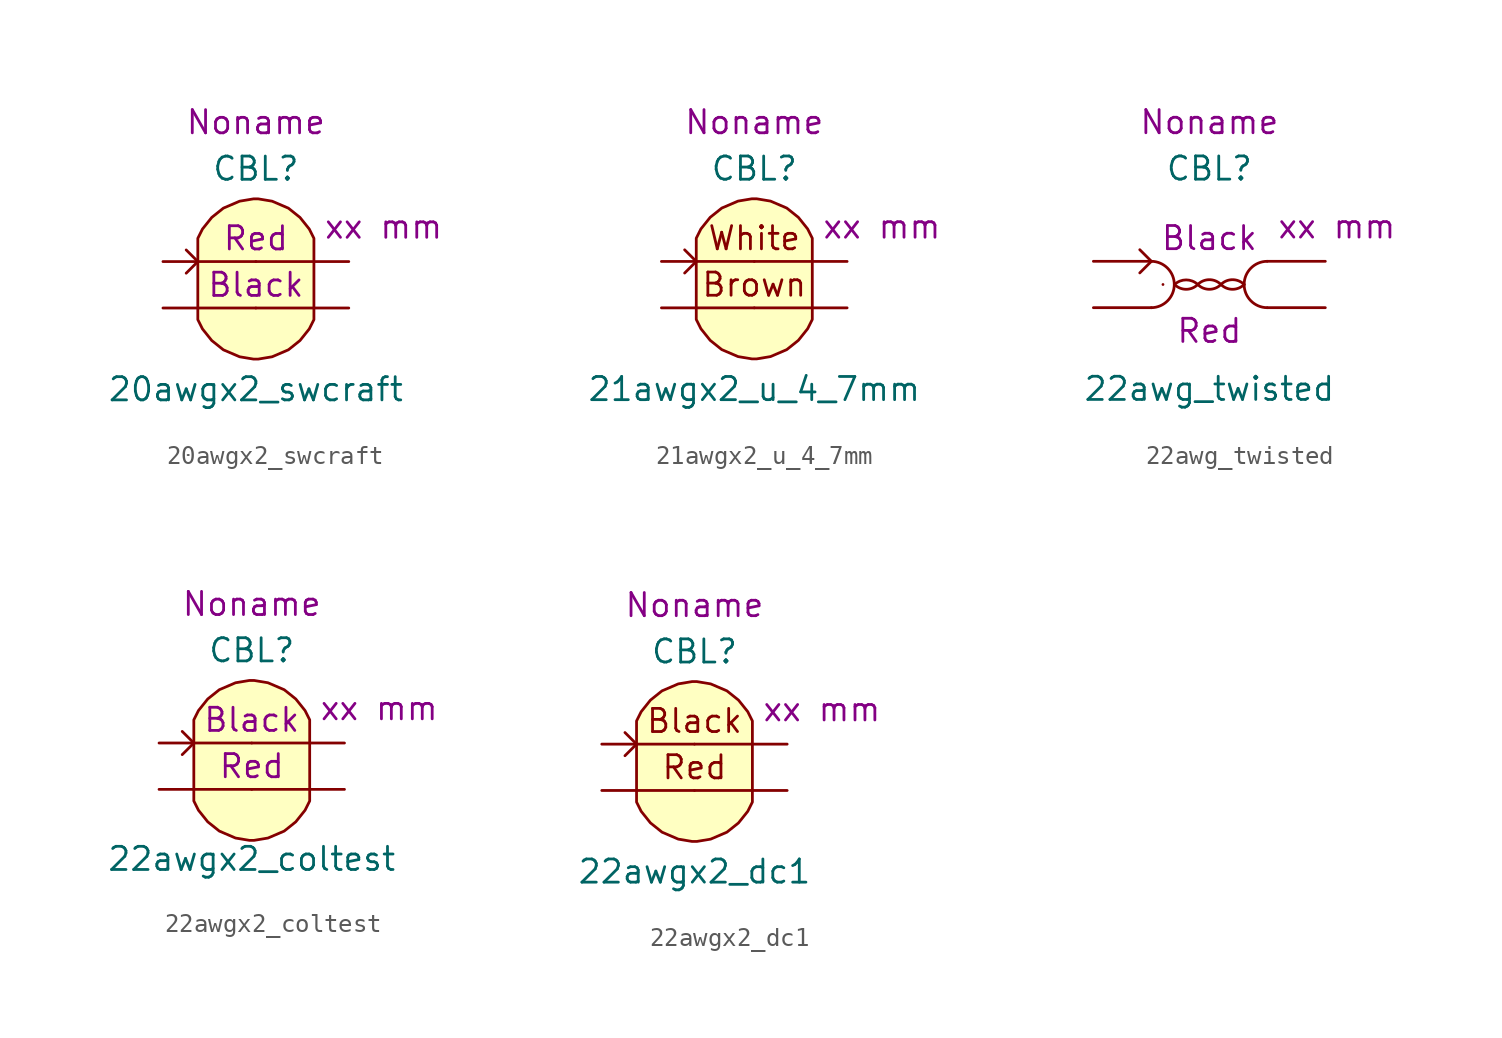
<source format=kicad_sym>
(kicad_symbol_lib
  (version 20220914)
  (generator kicad_symbol_editor)
  (symbol "20awgx2_swcraft"
    (pin_numbers hide)
    (pin_names hide)
    (property "Reference" "CBL"
      (at 0 7.62 0)
      (effects (font (size 1.27 1.27))))
    (property "Value" "20awgx2_swcraft"
      (at 0 -4.445 0)
      (effects (font (size 1.27 1.27))))
    (property "color1" "Red"
      (at 0 3.81 0)
      (effects (font (size 1.27 1.27))))
    (property "color2" "Black"
      (at 0 1.27 0)
      (effects (font (size 1.27 1.27))))
    (property "Length" "xx mm"
      (at 6.985 4.445 0)
      (effects (font (size 1.27 1.27))))
    (property "Harness_name" "Noname"
      (at 0 10.16 0)
      (effects (font (size 1.27 1.27))))
    (symbol "20awgx2_swcraft_0_1"
      (polyline (pts (xy -3.81 3.175) (xy -3.175 2.54) (xy -3.81 1.905)) (stroke (width 0) (type default)) (fill (type none)))
      (polyline (pts (xy -3.175 0) (xy -3.175 3.81) (xy -2.921 4.318) (xy -2.413 4.953) (xy -1.778 5.461) (xy -0.889 5.842) (xy -0.127 5.969) (xy 0.127 5.969) (xy 0.889 5.842) (xy 1.778 5.461) (xy 2.413 4.953) (xy 2.921 4.318) (xy 3.175 3.81) (xy 3.175 0)) (stroke (width 0.152) (type default)) (fill (type background)))
      (polyline (pts (xy 3.175 0) (xy 3.175 -0.635) (xy 2.921 -1.143) (xy 2.413 -1.778) (xy 1.778 -2.286) (xy 0.889 -2.667) (xy 0.127 -2.794) (xy -0.127 -2.794) (xy -0.889 -2.667) (xy -1.778 -2.286) (xy -2.413 -1.778) (xy -2.921 -1.143) (xy -3.175 -0.635) (xy -3.175 0)) (stroke (width 0.152) (type default)) (fill (type background))))
    (symbol "20awgx2_swcraft_1_1"
      (pin passive line (at -5.08 2.54 0) (length 5.08) (name "C1.1" (effects (font (size 1.27 1.27)))) (number "1" (effects (font (size 1.27 1.27)))))
      (pin passive line (at 5.08 2.54 180) (length 5.08) (name "C1.2" (effects (font (size 1.27 1.27)))) (number "2" (effects (font (size 1.27 1.27)))))
      (pin passive line (at -5.08 0 0) (length 5.08) (name "C2.1" (effects (font (size 1.27 1.27)))) (number "3" (effects (font (size 1.27 1.27)))))
      (pin passive line (at 5.08 0 180) (length 5.08) (name "C2.2" (effects (font (size 1.27 1.27)))) (number "4" (effects (font (size 1.27 1.27)))))))
  (symbol "21awgx2_u_4_7mm"
    (pin_numbers hide)
    (pin_names hide)
    (property "Reference" "CBL"
      (at 0 7.62 0)
      (effects (font (size 1.27 1.27))))
    (property "Value" "21awgx2_u_4_7mm"
      (at 0 -4.445 0)
      (effects (font (size 1.27 1.27))))
    (property "Length" "xx mm"
      (at 6.985 4.445 0)
      (effects (font (size 1.27 1.27))))
    (property "Harness_name" "Noname"
      (at 0 10.16 0)
      (effects (font (size 1.27 1.27))))
    (symbol "21awgx2_u_4_7mm_0_0"
      (text "Brown" (at 0 1.27 0) (effects (font (size 1.27 1.27))))
      (text "White" (at 0 3.81 0) (effects (font (size 1.27 1.27)))))
    (symbol "21awgx2_u_4_7mm_0_1"
      (polyline (pts (xy -3.81 3.175) (xy -3.175 2.54) (xy -3.81 1.905)) (stroke (width 0) (type default)) (fill (type none)))
      (polyline (pts (xy -3.175 0) (xy -3.175 3.81) (xy -2.921 4.318) (xy -2.413 4.953) (xy -1.778 5.461) (xy -0.889 5.842) (xy -0.127 5.969) (xy 0.127 5.969) (xy 0.889 5.842) (xy 1.778 5.461) (xy 2.413 4.953) (xy 2.921 4.318) (xy 3.175 3.81) (xy 3.175 0)) (stroke (width 0.152) (type default)) (fill (type background)))
      (polyline (pts (xy 3.175 0) (xy 3.175 -0.635) (xy 2.921 -1.143) (xy 2.413 -1.778) (xy 1.778 -2.286) (xy 0.889 -2.667) (xy 0.127 -2.794) (xy -0.127 -2.794) (xy -0.889 -2.667) (xy -1.778 -2.286) (xy -2.413 -1.778) (xy -2.921 -1.143) (xy -3.175 -0.635) (xy -3.175 0)) (stroke (width 0.152) (type default)) (fill (type background))))
    (symbol "21awgx2_u_4_7mm_1_1"
      (pin passive line (at -5.08 2.54 0) (length 5.08) (name "C1.1" (effects (font (size 1.27 1.27)))) (number "1" (effects (font (size 1.27 1.27)))))
      (pin passive line (at 5.08 2.54 180) (length 5.08) (name "C1.2" (effects (font (size 1.27 1.27)))) (number "2" (effects (font (size 1.27 1.27)))))
      (pin passive line (at -5.08 0 0) (length 5.08) (name "C2.1" (effects (font (size 1.27 1.27)))) (number "3" (effects (font (size 1.27 1.27)))))
      (pin passive line (at 5.08 0 180) (length 5.08) (name "C2.2" (effects (font (size 1.27 1.27)))) (number "4" (effects (font (size 1.27 1.27)))))))
  (symbol "22awg_twisted"
    (pin_numbers hide)
    (pin_names hide)
    (property "Reference" "CBL"
      (at 0 7.62 0)
      (effects (font (size 1.27 1.27))))
    (property "Value" "22awg_twisted"
      (at 0 -4.445 0)
      (effects (font (size 1.27 1.27))))
    (property "color1" "Black"
      (at 0 3.81 0)
      (effects (font (size 1.27 1.27))))
    (property "color2" "Red"
      (at 0 -1.27 0)
      (effects (font (size 1.27 1.27))))
    (property "Length" "xx mm"
      (at 6.985 4.445 0)
      (effects (font (size 1.27 1.27))))
    (property "Harness_name" "Noname"
      (at 0 10.16 0)
      (effects (font (size 1.27 1.27))))
    (symbol "22awg_twisted_0_1"
      (arc (start -3.175 0) (mid -1.9208 1.27) (end -3.175 2.54) (stroke (width 0.1524) (type default)) (fill (type none)))
      (arc (start -2.54 1.27) (mid -2.54 1.27) (end -2.54 1.27) (stroke (width 0.1524) (type default)) (fill (type none)))
      (arc (start -1.905 1.27) (mid -1.27 1.0069) (end -0.635 1.27) (stroke (width 0.1524) (type default)) (fill (type none)))
      (arc (start -0.635 1.27) (mid -1.27 1.5215) (end -1.905 1.27) (stroke (width 0.1524) (type default)) (fill (type none)))
      (arc (start -0.635 1.27) (mid 0 1.0069) (end 0.635 1.27) (stroke (width 0.1524) (type default)) (fill (type none)))
      (polyline (pts (xy -3.81 3.175) (xy -3.175 2.54) (xy -3.81 1.905)) (stroke (width 0) (type default)) (fill (type none)))
      (arc (start 0.635 1.27) (mid 0 1.5331) (end -0.635 1.27) (stroke (width 0.1524) (type default)) (fill (type none)))
      (arc (start 0.635 1.27) (mid 1.27 1.0069) (end 1.905 1.27) (stroke (width 0.1524) (type default)) (fill (type none)))
      (arc (start 1.905 1.27) (mid 1.27 1.5331) (end 0.635 1.27) (stroke (width 0.1524) (type default)) (fill (type none)))
      (arc (start 3.1591 2.54) (mid 1.9049 1.27) (end 3.1591 0) (stroke (width 0.1524) (type default)) (fill (type none))))
    (symbol "22awg_twisted_1_1"
      (pin passive line (at -6.35 2.54 0) (length 3.175) (name "C1.1" (effects (font (size 1.27 1.27)))) (number "1" (effects (font (size 1.27 1.27)))))
      (pin passive line (at 6.35 2.54 180) (length 3.175) (name "C1.2" (effects (font (size 1.27 1.27)))) (number "2" (effects (font (size 1.27 1.27)))))
      (pin passive line (at -6.35 0 0) (length 3.175) (name "C2.1" (effects (font (size 1.27 1.27)))) (number "3" (effects (font (size 1.27 1.27)))))
      (pin passive line (at 6.35 0 180) (length 3.175) (name "C2.2" (effects (font (size 1.27 1.27)))) (number "4" (effects (font (size 1.27 1.27)))))))
  (symbol "22awgx2_coltest"
    (pin_numbers hide)
    (pin_names hide)
    (property "Reference" "CBL"
      (at -0.635 6.985 0)
      (effects (font (size 1.27 1.27))))
    (property "Value" "22awgx2_coltest"
      (at -0.635 -4.445 0)
      (effects (font (size 1.27 1.27))))
    (property "color1" "Black"
      (at -0.635 3.175 0)
      (effects (font (size 1.27 1.27))))
    (property "color2" "Red"
      (at -0.635 0.635 0)
      (effects (font (size 1.27 1.27))))
    (property "Length" "xx mm"
      (at 6.35 3.81 0)
      (effects (font (size 1.27 1.27))))
    (property "Harness_name" "Noname"
      (at -0.635 9.525 0)
      (effects (font (size 1.27 1.27))))
    (symbol "22awgx2_coltest_0_1"
      (polyline (pts (xy -4.445 2.54) (xy -3.81 1.905) (xy -4.445 1.27)) (stroke (width 0) (type default)) (fill (type none)))
      (polyline (pts (xy -3.81 -0.635) (xy -3.81 3.175) (xy -3.556 3.683) (xy -3.048 4.318) (xy -2.413 4.826) (xy -1.524 5.207) (xy -0.762 5.334) (xy -0.508 5.334) (xy 0.254 5.207) (xy 1.143 4.826) (xy 1.778 4.318) (xy 2.286 3.683) (xy 2.54 3.175) (xy 2.54 -0.635)) (stroke (width 0.152) (type default)) (fill (type background)))
      (polyline (pts (xy 2.54 -0.635) (xy 2.54 -1.27) (xy 2.286 -1.778) (xy 1.778 -2.413) (xy 1.143 -2.921) (xy 0.254 -3.302) (xy -0.508 -3.429) (xy -0.762 -3.429) (xy -1.524 -3.302) (xy -2.413 -2.921) (xy -3.048 -2.413) (xy -3.556 -1.778) (xy -3.81 -1.27) (xy -3.81 -0.635)) (stroke (width 0.152) (type default)) (fill (type background))))
    (symbol "22awgx2_coltest_1_1"
      (pin passive line (at -5.715 1.905 0) (length 5.08) (name "C1.1" (effects (font (size 1.27 1.27)))) (number "1" (effects (font (size 1.27 1.27)))))
      (pin passive line (at 4.445 1.905 180) (length 5.08) (name "C1.2" (effects (font (size 1.27 1.27)))) (number "2" (effects (font (size 1.27 1.27)))))
      (pin passive line (at -5.715 -0.635 0) (length 5.08) (name "C2.1" (effects (font (size 1.27 1.27)))) (number "3" (effects (font (size 1.27 1.27)))))
      (pin passive line (at 4.445 -0.635 180) (length 5.08) (name "C2.2" (effects (font (size 1.27 1.27)))) (number "4" (effects (font (size 1.27 1.27)))))))
  (symbol "22awgx2_dc1"
    (pin_numbers hide)
    (pin_names hide)
    (property "Reference" "CBL"
      (at 0 7.62 0)
      (effects (font (size 1.27 1.27))))
    (property "Value" "22awgx2_dc1"
      (at 0 -4.445 0)
      (effects (font (size 1.27 1.27))))
    (property "Length" "xx mm"
      (at 6.985 4.445 0)
      (effects (font (size 1.27 1.27))))
    (property "Harness_name" "Noname"
      (at 0 10.16 0)
      (effects (font (size 1.27 1.27))))
    (symbol "22awgx2_dc1_0_0"
      (text "Black" (at 0 3.81 0) (effects (font (size 1.27 1.27))))
      (text "Red" (at 0 1.27 0) (effects (font (size 1.27 1.27)))))
    (symbol "22awgx2_dc1_0_1"
      (polyline (pts (xy -3.81 3.175) (xy -3.175 2.54) (xy -3.81 1.905)) (stroke (width 0) (type default)) (fill (type none)))
      (polyline (pts (xy -3.175 0) (xy -3.175 3.81) (xy -2.921 4.318) (xy -2.413 4.953) (xy -1.778 5.461) (xy -0.889 5.842) (xy -0.127 5.969) (xy 0.127 5.969) (xy 0.889 5.842) (xy 1.778 5.461) (xy 2.413 4.953) (xy 2.921 4.318) (xy 3.175 3.81) (xy 3.175 0)) (stroke (width 0.152) (type default)) (fill (type background)))
      (polyline (pts (xy 3.175 0) (xy 3.175 -0.635) (xy 2.921 -1.143) (xy 2.413 -1.778) (xy 1.778 -2.286) (xy 0.889 -2.667) (xy 0.127 -2.794) (xy -0.127 -2.794) (xy -0.889 -2.667) (xy -1.778 -2.286) (xy -2.413 -1.778) (xy -2.921 -1.143) (xy -3.175 -0.635) (xy -3.175 0)) (stroke (width 0.152) (type default)) (fill (type background))))
    (symbol "22awgx2_dc1_1_1"
      (pin passive line (at -5.08 2.54 0) (length 5.08) (name "C1.1" (effects (font (size 1.27 1.27)))) (number "1" (effects (font (size 1.27 1.27)))))
      (pin passive line (at 5.08 2.54 180) (length 5.08) (name "C1.2" (effects (font (size 1.27 1.27)))) (number "2" (effects (font (size 1.27 1.27)))))
      (pin passive line (at -5.08 0 0) (length 5.08) (name "C2.1" (effects (font (size 1.27 1.27)))) (number "3" (effects (font (size 1.27 1.27)))))
      (pin passive line (at 5.08 0 180) (length 5.08) (name "C2.2" (effects (font (size 1.27 1.27)))) (number "4" (effects (font (size 1.27 1.27))))))))
</source>
